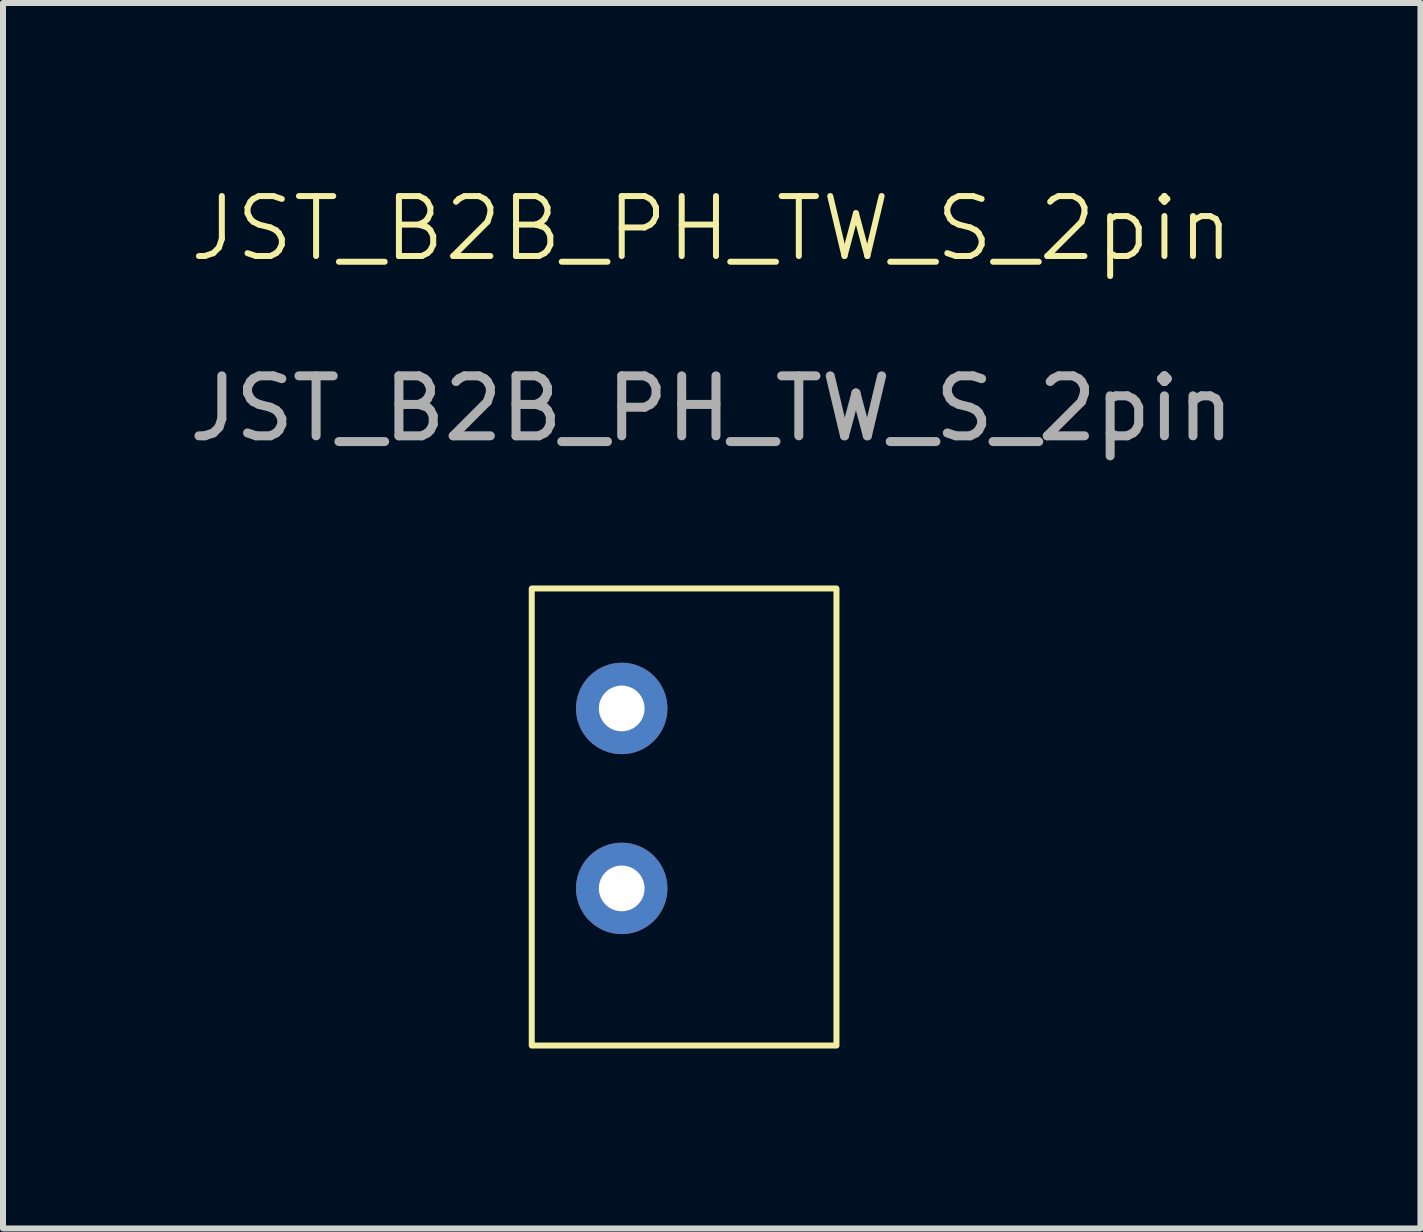
<source format=kicad_pcb>
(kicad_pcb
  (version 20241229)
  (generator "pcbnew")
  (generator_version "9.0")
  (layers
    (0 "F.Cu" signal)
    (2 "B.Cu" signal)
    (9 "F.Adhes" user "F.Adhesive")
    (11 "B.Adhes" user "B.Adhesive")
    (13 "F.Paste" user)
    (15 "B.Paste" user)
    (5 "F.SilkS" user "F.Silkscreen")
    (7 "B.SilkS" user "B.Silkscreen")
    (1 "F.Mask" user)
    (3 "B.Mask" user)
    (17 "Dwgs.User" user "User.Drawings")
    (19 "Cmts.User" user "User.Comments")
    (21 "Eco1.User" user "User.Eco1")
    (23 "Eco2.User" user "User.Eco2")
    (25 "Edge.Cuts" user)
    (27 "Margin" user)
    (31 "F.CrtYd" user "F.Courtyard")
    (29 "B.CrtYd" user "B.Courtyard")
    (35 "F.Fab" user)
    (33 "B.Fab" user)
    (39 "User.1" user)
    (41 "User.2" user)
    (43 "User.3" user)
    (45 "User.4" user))
  (footprint "JST_B2B_PH_TW_S_2pin"
    (layer "F.Cu")
    (at 5.815 6.761)
    (property "Reference" "JST_B2B_PH_TW_S_2pin" (at 3 -6 0) (unlocked yes) (layer "F.SilkS") (effects (font (size 1 1) (thickness 0.1))))
    (attr through_hole)
    (fp_rect (start 0 0) (end 5.08 7.62) (stroke (width 0.1) (type default)) (fill no) (layer "F.SilkS"))
    (fp_text user "${REFERENCE}" (at 3 -3 0) (unlocked yes) (layer "F.Fab") (effects (font (size 1 1) (thickness 0.15))))
    (pad "1" thru_hole circle (at 1.5 2) (size 1.524 1.524) (drill 0.762) (layers "*.Cu" "*.Mask"))
    (pad "2" thru_hole circle (at 1.5 5) (size 1.524 1.524) (drill 0.762) (layers "*.Cu" "*.Mask")))
  (gr_rect
    (start -3 -3)
    (end 20.631 17.43)
    (stroke (width 0.1) (type default))
    (fill no)
    (layer "Edge.Cuts")))
</source>
